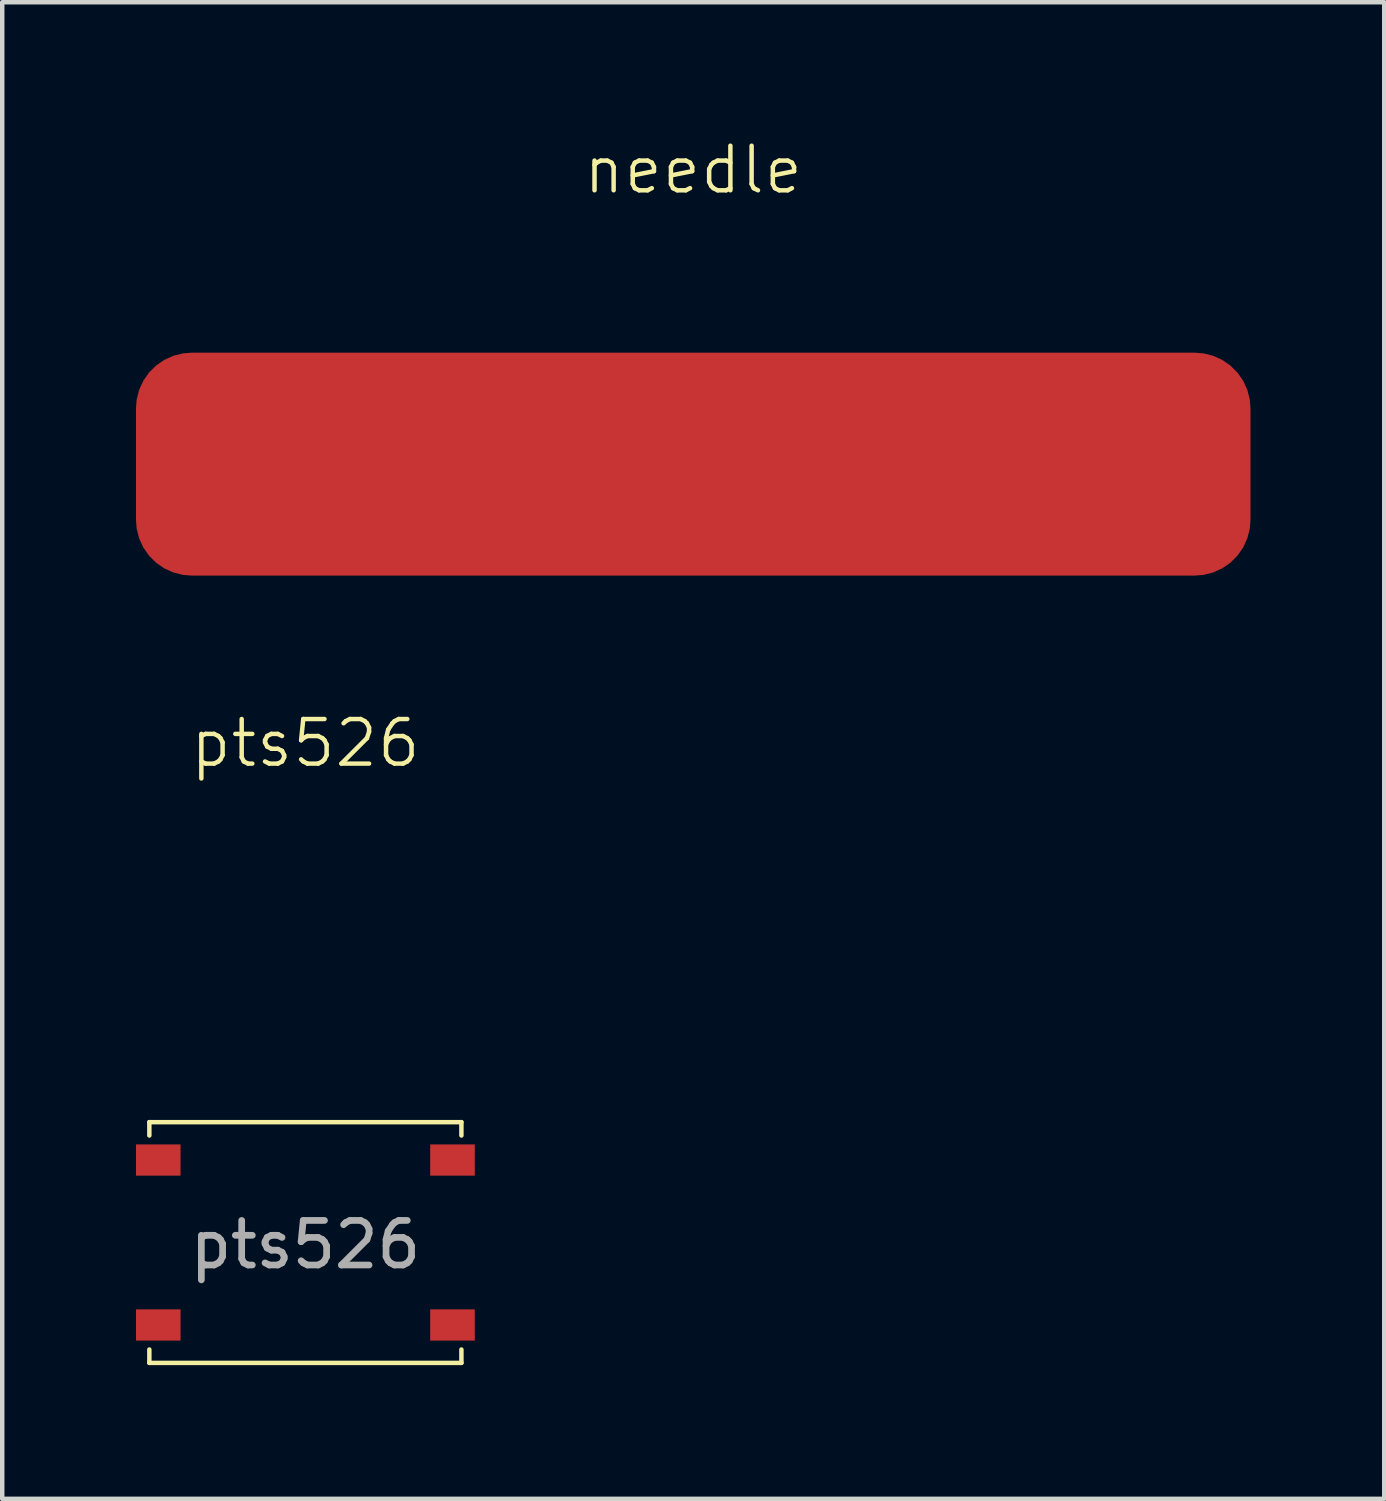
<source format=kicad_pcb>
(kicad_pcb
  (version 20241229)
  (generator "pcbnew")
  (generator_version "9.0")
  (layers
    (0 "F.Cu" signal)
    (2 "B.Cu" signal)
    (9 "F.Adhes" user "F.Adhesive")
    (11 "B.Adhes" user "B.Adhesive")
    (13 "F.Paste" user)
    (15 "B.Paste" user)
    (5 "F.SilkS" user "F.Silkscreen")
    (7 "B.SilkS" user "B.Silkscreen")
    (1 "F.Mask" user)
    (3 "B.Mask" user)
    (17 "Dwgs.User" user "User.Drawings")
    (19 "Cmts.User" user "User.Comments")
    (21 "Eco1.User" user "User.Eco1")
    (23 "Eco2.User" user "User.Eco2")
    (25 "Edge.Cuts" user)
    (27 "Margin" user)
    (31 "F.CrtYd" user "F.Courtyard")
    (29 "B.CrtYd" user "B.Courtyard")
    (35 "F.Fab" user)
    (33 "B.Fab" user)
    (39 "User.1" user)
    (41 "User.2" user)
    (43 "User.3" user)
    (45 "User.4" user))
  (footprint "needle"
    (layer "F.Cu")
    (at 12.5 7.361)
    (property "Reference" "needle" (at 0 -6.6 0) (unlocked yes) (layer "F.SilkS") (effects (font (size 1 1) (thickness 0.1))))
    (attr smd)
    (pad "1" smd roundrect (at 0 0) (size 25 5) (layers "F.Cu" "F.Mask" "F.Paste") (roundrect_rratio 0.25)))
  (footprint "pts526"
    (layer "F.Cu")
    (at 3.8 24.821)
    (property "Reference" "pts526" (at 0 -11.2 0) (unlocked yes) (layer "F.SilkS") (effects (font (size 1 1) (thickness 0.1))))
    (attr smd)
    (fp_line (start -3.5 -2.7) (end 3.5 -2.7) (stroke (width 0.1) (type default)) (layer "F.SilkS"))
    (fp_line (start -3.5 -2.4) (end -3.5 -2.7) (stroke (width 0.1) (type default)) (layer "F.SilkS"))
    (fp_line (start -3.5 2.7) (end -3.5 2.4) (stroke (width 0.1) (type default)) (layer "F.SilkS"))
    (fp_line (start 3.5 -2.7) (end 3.5 -2.4) (stroke (width 0.1) (type default)) (layer "F.SilkS"))
    (fp_line (start 3.5 2.4) (end 3.5 2.7) (stroke (width 0.1) (type default)) (layer "F.SilkS"))
    (fp_line (start 3.5 2.7) (end -3.5 2.7) (stroke (width 0.1) (type default)) (layer "F.SilkS"))
    (fp_text user "${REFERENCE}" (at 0 0.05 0) (layer "F.Fab") (effects (font (size 1 1) (thickness 0.15))))
    (pad "1" smd rect (at -3.3 -1.85) (size 1 0.7) (layers "F.Cu" "F.Mask" "F.Paste"))
    (pad "1" smd rect (at 3.3 -1.85) (size 1 0.7) (layers "F.Cu" "F.Mask" "F.Paste"))
    (pad "2" smd rect (at -3.3 1.85) (size 1 0.7) (layers "F.Cu" "F.Mask" "F.Paste"))
    (pad "2" smd rect (at 3.3 1.85) (size 1 0.7) (layers "F.Cu" "F.Mask" "F.Paste")))
  (gr_rect
    (start -3 -3)
    (end 28 30.571)
    (stroke (width 0.1) (type default))
    (fill no)
    (layer "Edge.Cuts")))
</source>
